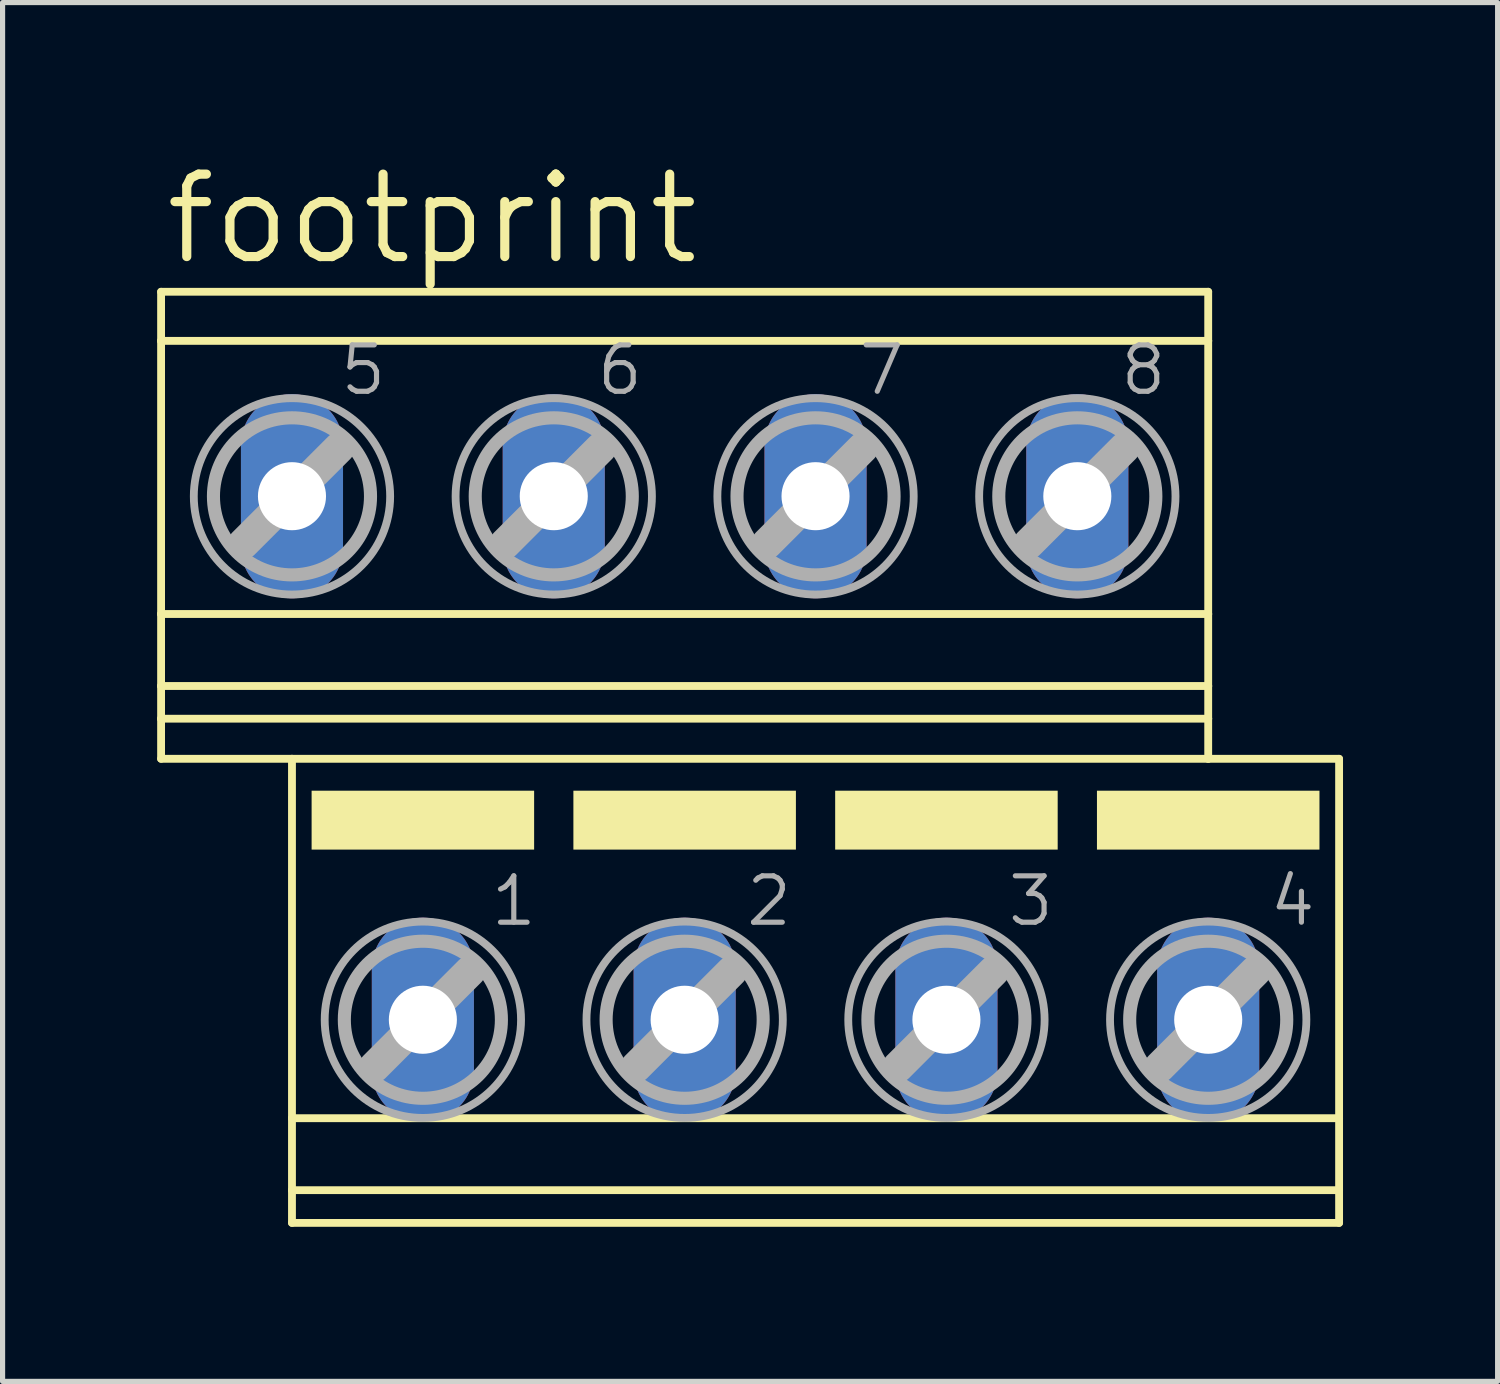
<source format=kicad_pcb>
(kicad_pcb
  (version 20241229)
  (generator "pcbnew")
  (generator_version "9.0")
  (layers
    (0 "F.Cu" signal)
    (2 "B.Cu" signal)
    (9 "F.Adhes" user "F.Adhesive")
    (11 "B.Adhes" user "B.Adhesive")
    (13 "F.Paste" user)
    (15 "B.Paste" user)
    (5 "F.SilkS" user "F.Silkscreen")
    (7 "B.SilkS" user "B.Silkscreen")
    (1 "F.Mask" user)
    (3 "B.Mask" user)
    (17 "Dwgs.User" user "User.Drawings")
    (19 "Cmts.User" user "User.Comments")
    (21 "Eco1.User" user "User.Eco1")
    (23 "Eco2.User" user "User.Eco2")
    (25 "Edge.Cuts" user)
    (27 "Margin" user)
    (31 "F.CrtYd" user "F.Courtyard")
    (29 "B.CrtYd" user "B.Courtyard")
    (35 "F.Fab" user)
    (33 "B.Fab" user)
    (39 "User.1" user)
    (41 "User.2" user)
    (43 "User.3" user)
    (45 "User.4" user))
  (footprint "footprint"
    (layer "F.Cu")
    (at 11.506 11.659)
    (property "Reference" "footprint" (at -11.43 -9.525 0) (layer "F.SilkS") (effects (font (size 1.6 1.6) (thickness 0.178)) (justify left bottom)))
    (fp_line (start -11.43 -9.047) (end -11.43 -8.094) (stroke (width 0.152) (type solid)) (layer "F.SilkS"))
    (fp_line (start -11.43 -9.047) (end 8.89 -9.047) (stroke (width 0.152) (type solid)) (layer "F.SilkS"))
    (fp_line (start -11.43 -8.094) (end -11.43 -2.794) (stroke (width 0.152) (type solid)) (layer "F.SilkS"))
    (fp_line (start -11.43 -8.094) (end 8.89 -8.094) (stroke (width 0.152) (type solid)) (layer "F.SilkS"))
    (fp_line (start -11.43 -2.794) (end -11.43 -1.397) (stroke (width 0.152) (type solid)) (layer "F.SilkS"))
    (fp_line (start -11.43 -2.794) (end 8.89 -2.794) (stroke (width 0.152) (type solid)) (layer "F.SilkS"))
    (fp_line (start -11.43 -1.397) (end -11.43 -0.762) (stroke (width 0.152) (type solid)) (layer "F.SilkS"))
    (fp_line (start -11.43 -1.397) (end 8.89 -1.397) (stroke (width 0.152) (type solid)) (layer "F.SilkS"))
    (fp_line (start -11.43 -0.762) (end -11.43 0.016) (stroke (width 0.152) (type solid)) (layer "F.SilkS"))
    (fp_line (start -11.43 -0.762) (end 8.89 -0.762) (stroke (width 0.152) (type solid)) (layer "F.SilkS"))
    (fp_line (start -11.43 0.016) (end -8.89 0.016) (stroke (width 0.152) (type solid)) (layer "F.SilkS"))
    (fp_line (start -8.89 0.016) (end -8.89 6.99) (stroke (width 0.152) (type solid)) (layer "F.SilkS"))
    (fp_line (start -8.89 0.016) (end 8.89 0.016) (stroke (width 0.152) (type solid)) (layer "F.SilkS"))
    (fp_line (start -8.89 6.99) (end -8.89 8.387) (stroke (width 0.152) (type solid)) (layer "F.SilkS"))
    (fp_line (start -8.89 6.99) (end 11.43 6.99) (stroke (width 0.152) (type solid)) (layer "F.SilkS"))
    (fp_line (start -8.89 8.387) (end -8.89 9.022) (stroke (width 0.152) (type solid)) (layer "F.SilkS"))
    (fp_line (start -8.89 8.387) (end 11.43 8.387) (stroke (width 0.152) (type solid)) (layer "F.SilkS"))
    (fp_line (start -8.89 9.022) (end 11.43 9.022) (stroke (width 0.152) (type solid)) (layer "F.SilkS"))
    (fp_line (start 8.89 -9.047) (end 8.89 -8.094) (stroke (width 0.152) (type solid)) (layer "F.SilkS"))
    (fp_line (start 8.89 -8.094) (end 8.89 -2.794) (stroke (width 0.152) (type solid)) (layer "F.SilkS"))
    (fp_line (start 8.89 -2.794) (end 8.89 -1.397) (stroke (width 0.152) (type solid)) (layer "F.SilkS"))
    (fp_line (start 8.89 -1.397) (end 8.89 -0.762) (stroke (width 0.152) (type solid)) (layer "F.SilkS"))
    (fp_line (start 8.89 -0.762) (end 8.89 0.016) (stroke (width 0.152) (type solid)) (layer "F.SilkS"))
    (fp_line (start 11.43 0.016) (end 8.89 0.016) (stroke (width 0.152) (type solid)) (layer "F.SilkS"))
    (fp_line (start 11.43 0.016) (end 11.43 6.99) (stroke (width 0.152) (type solid)) (layer "F.SilkS"))
    (fp_line (start 11.43 6.99) (end 11.43 8.387) (stroke (width 0.152) (type solid)) (layer "F.SilkS"))
    (fp_line (start 11.43 8.387) (end 11.43 9.022) (stroke (width 0.152) (type solid)) (layer "F.SilkS"))
    (fp_poly (pts (xy -8.509 1.778) (xy -4.191 1.778) (xy -4.191 0.635) (xy -8.509 0.635)) (stroke (width 0) (type solid)) (fill yes) (layer "F.SilkS"))
    (fp_poly (pts (xy -3.429 1.778) (xy 0.889 1.778) (xy 0.889 0.635) (xy -3.429 0.635)) (stroke (width 0) (type solid)) (fill yes) (layer "F.SilkS"))
    (fp_poly (pts (xy 1.651 1.778) (xy 5.969 1.778) (xy 5.969 0.635) (xy 1.651 0.635)) (stroke (width 0) (type solid)) (fill yes) (layer "F.SilkS"))
    (fp_poly (pts (xy 6.731 1.778) (xy 11.049 1.778) (xy 11.049 0.635) (xy 6.731 0.635)) (stroke (width 0) (type solid)) (fill yes) (layer "F.SilkS"))
    (fp_line (start -9.83 -4.163) (end -7.976 -6.017) (stroke (width 0.61) (type solid)) (layer "F.Fab"))
    (fp_line (start -7.29 5.994) (end -5.436 4.14) (stroke (width 0.61) (type solid)) (layer "F.Fab"))
    (fp_line (start -4.75 -4.163) (end -2.896 -6.017) (stroke (width 0.61) (type solid)) (layer "F.Fab"))
    (fp_line (start -2.21 5.994) (end -0.356 4.14) (stroke (width 0.61) (type solid)) (layer "F.Fab"))
    (fp_line (start 0.33 -4.163) (end 2.184 -6.017) (stroke (width 0.61) (type solid)) (layer "F.Fab"))
    (fp_line (start 2.87 5.994) (end 4.724 4.14) (stroke (width 0.61) (type solid)) (layer "F.Fab"))
    (fp_line (start 5.41 -4.163) (end 7.264 -6.017) (stroke (width 0.61) (type solid)) (layer "F.Fab"))
    (fp_line (start 7.95 5.994) (end 9.804 4.14) (stroke (width 0.61) (type solid)) (layer "F.Fab"))
    (fp_circle (center -8.89 -5.077) (end -7.366 -5.077) (stroke (width 0.254) (type solid)) (fill no) (layer "F.Fab"))
    (fp_circle (center -8.89 -5.077) (end -6.985 -5.077) (stroke (width 0.152) (type solid)) (fill no) (layer "F.Fab"))
    (fp_circle (center -6.35 5.08) (end -4.826 5.08) (stroke (width 0.254) (type solid)) (fill no) (layer "F.Fab"))
    (fp_circle (center -6.35 5.08) (end -4.445 5.08) (stroke (width 0.152) (type solid)) (fill no) (layer "F.Fab"))
    (fp_circle (center -3.81 -5.077) (end -2.286 -5.077) (stroke (width 0.254) (type solid)) (fill no) (layer "F.Fab"))
    (fp_circle (center -3.81 -5.077) (end -1.905 -5.077) (stroke (width 0.152) (type solid)) (fill no) (layer "F.Fab"))
    (fp_circle (center -1.27 5.08) (end 0.254 5.08) (stroke (width 0.254) (type solid)) (fill no) (layer "F.Fab"))
    (fp_circle (center -1.27 5.08) (end 0.635 5.08) (stroke (width 0.152) (type solid)) (fill no) (layer "F.Fab"))
    (fp_circle (center 1.27 -5.077) (end 2.794 -5.077) (stroke (width 0.254) (type solid)) (fill no) (layer "F.Fab"))
    (fp_circle (center 1.27 -5.077) (end 3.175 -5.077) (stroke (width 0.152) (type solid)) (fill no) (layer "F.Fab"))
    (fp_circle (center 3.81 5.08) (end 5.334 5.08) (stroke (width 0.254) (type solid)) (fill no) (layer "F.Fab"))
    (fp_circle (center 3.81 5.08) (end 5.715 5.08) (stroke (width 0.152) (type solid)) (fill no) (layer "F.Fab"))
    (fp_circle (center 6.35 -5.077) (end 7.874 -5.077) (stroke (width 0.254) (type solid)) (fill no) (layer "F.Fab"))
    (fp_circle (center 6.35 -5.077) (end 8.255 -5.077) (stroke (width 0.152) (type solid)) (fill no) (layer "F.Fab"))
    (fp_circle (center 8.89 5.08) (end 10.414 5.08) (stroke (width 0.254) (type solid)) (fill no) (layer "F.Fab"))
    (fp_circle (center 8.89 5.08) (end 10.795 5.08) (stroke (width 0.152) (type solid)) (fill no) (layer "F.Fab"))
    (fp_text user "7" (at 2.059 -7.001 0) (layer "F.Fab") (effects (font (size 0.9 0.9) (thickness 0.1)) (justify left bottom)))
    (fp_text user "1" (at -5.08 3.302 0) (layer "F.Fab") (effects (font (size 0.9 0.9) (thickness 0.1)) (justify left bottom)))
    (fp_text user "2" (at -0.127 3.302 0) (layer "F.Fab") (effects (font (size 0.9 0.9) (thickness 0.1)) (justify left bottom)))
    (fp_text user "3" (at 4.953 3.302 0) (layer "F.Fab") (effects (font (size 0.9 0.9) (thickness 0.1)) (justify left bottom)))
    (fp_text user "5" (at -8.001 -7.001 0) (layer "F.Fab") (effects (font (size 0.9 0.9) (thickness 0.1)) (justify left bottom)))
    (fp_text user "4" (at 10.033 3.302 0) (layer "F.Fab") (effects (font (size 0.9 0.9) (thickness 0.1)) (justify left bottom)))
    (fp_text user "8" (at 7.139 -7.001 0) (layer "F.Fab") (effects (font (size 0.9 0.9) (thickness 0.1)) (justify left bottom)))
    (fp_text user "6" (at -3.021 -7.001 0) (layer "F.Fab") (effects (font (size 0.9 0.9) (thickness 0.1)) (justify left bottom)))
    (pad "1" thru_hole oval (at -6.35 5.08 90) (size 3.962 1.981) (drill 1.321) (layers "*.Cu" "*.Mask"))
    (pad "2" thru_hole oval (at -1.27 5.08 90) (size 3.962 1.981) (drill 1.321) (layers "*.Cu" "*.Mask"))
    (pad "3" thru_hole oval (at 3.81 5.08 90) (size 3.962 1.981) (drill 1.321) (layers "*.Cu" "*.Mask"))
    (pad "4" thru_hole oval (at 8.89 5.08 90) (size 3.962 1.981) (drill 1.321) (layers "*.Cu" "*.Mask"))
    (pad "5" thru_hole oval (at -8.89 -5.08 90) (size 3.962 1.981) (drill 1.321) (layers "*.Cu" "*.Mask"))
    (pad "6" thru_hole oval (at -3.81 -5.08 90) (size 3.962 1.981) (drill 1.321) (layers "*.Cu" "*.Mask"))
    (pad "7" thru_hole oval (at 1.27 -5.08 90) (size 3.962 1.981) (drill 1.321) (layers "*.Cu" "*.Mask"))
    (pad "8" thru_hole oval (at 6.35 -5.08 90) (size 3.962 1.981) (drill 1.321) (layers "*.Cu" "*.Mask")))
  (gr_rect
    (start -3 -3)
    (end 26.012 23.757)
    (stroke (width 0.1) (type default))
    (fill no)
    (layer "Edge.Cuts")))
</source>
